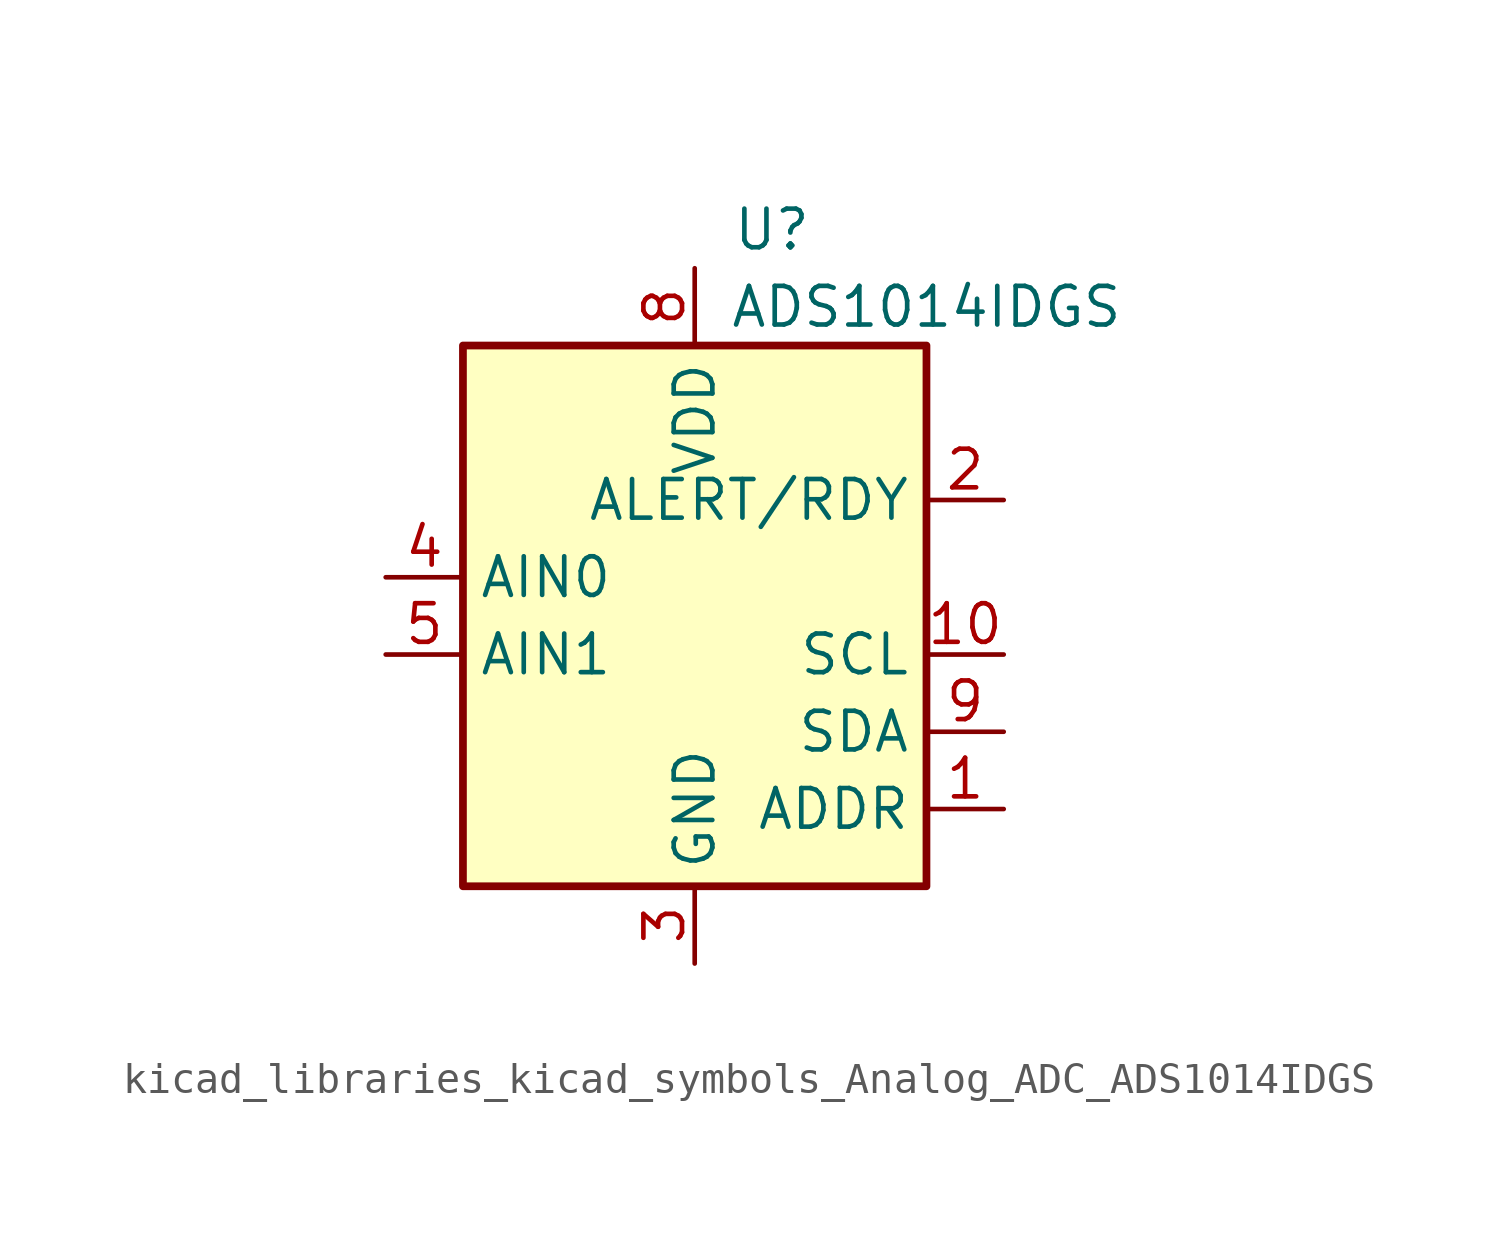
<source format=kicad_sym>
(kicad_symbol_lib
  (version 20220914)
  (generator kicad_symbol_editor)
  (symbol "kicad_libraries_kicad_symbols_Analog_ADC_ADS1014IDGS"
    (property "Reference" "U"
      (at 2.54 13.97 0)
      (effects (font (size 1.27 1.27))))
    (property "Value" "ADS1014IDGS"
      (at 7.62 11.43 0)
      (effects (font (size 1.27 1.27))))
    (symbol "kicad_libraries_kicad_symbols_Analog_ADC_ADS1014IDGS_0_1"
      (rectangle (start -7.62 10.16) (end 7.62 -7.62) (stroke (width 0.254) (type default)) (fill (type background))))
    (symbol "kicad_libraries_kicad_symbols_Analog_ADC_ADS1014IDGS_1_1"
      (pin input line (at 10.16 -5.08 180) (length 2.54) (name "ADDR" (effects (font (size 1.27 1.27)))) (number "1" (effects (font (size 1.27 1.27)))))
      (pin input line (at 10.16 0 180) (length 2.54) (name "SCL" (effects (font (size 1.27 1.27)))) (number "10" (effects (font (size 1.27 1.27)))))
      (pin output line (at 10.16 5.08 180) (length 2.54) (name "ALERT/RDY" (effects (font (size 1.27 1.27)))) (number "2" (effects (font (size 1.27 1.27)))))
      (pin power_in line (at 0 -10.16 90) (length 2.54) (name "GND" (effects (font (size 1.27 1.27)))) (number "3" (effects (font (size 1.27 1.27)))))
      (pin input line (at -10.16 2.54 0) (length 2.54) (name "AIN0" (effects (font (size 1.27 1.27)))) (number "4" (effects (font (size 1.27 1.27)))))
      (pin input line (at -10.16 0 0) (length 2.54) (name "AIN1" (effects (font (size 1.27 1.27)))) (number "5" (effects (font (size 1.27 1.27)))))
      (pin no_connect line (at -7.62 7.62 0) (length 2.54) hide (name "~" (effects (font (size 1.27 1.27)))) (number "6" (effects (font (size 1.27 1.27)))))
      (pin no_connect line (at -7.62 5.08 0) (length 2.54) hide (name "~" (effects (font (size 1.27 1.27)))) (number "7" (effects (font (size 1.27 1.27)))))
      (pin power_in line (at 0 12.7 270) (length 2.54) (name "VDD" (effects (font (size 1.27 1.27)))) (number "8" (effects (font (size 1.27 1.27)))))
      (pin bidirectional line (at 10.16 -2.54 180) (length 2.54) (name "SDA" (effects (font (size 1.27 1.27)))) (number "9" (effects (font (size 1.27 1.27))))))))
</source>
